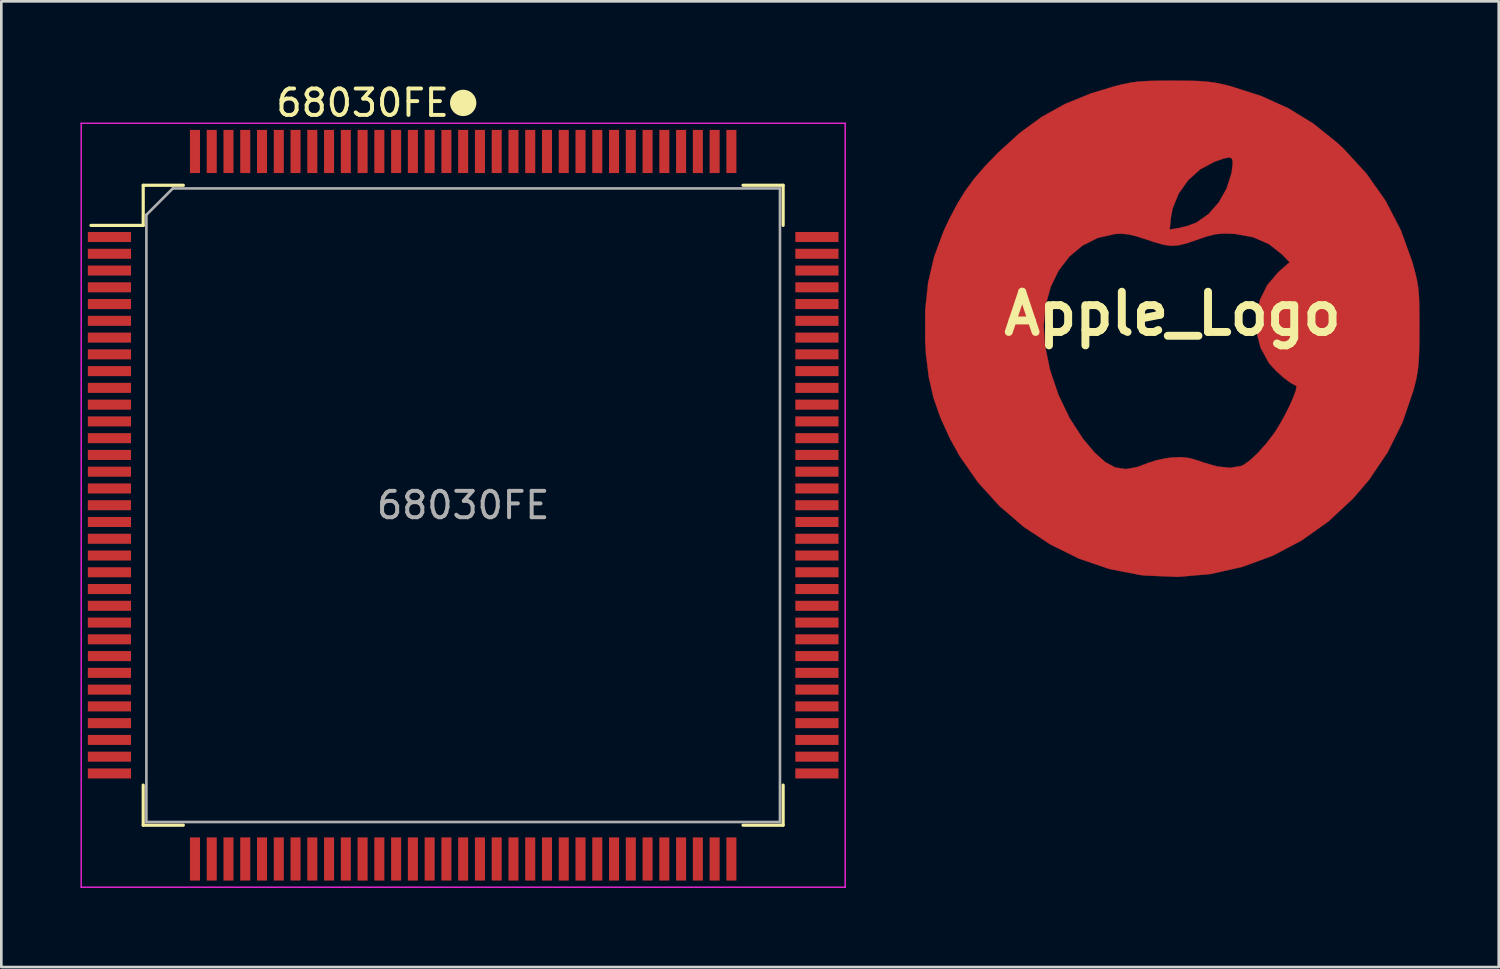
<source format=kicad_pcb>
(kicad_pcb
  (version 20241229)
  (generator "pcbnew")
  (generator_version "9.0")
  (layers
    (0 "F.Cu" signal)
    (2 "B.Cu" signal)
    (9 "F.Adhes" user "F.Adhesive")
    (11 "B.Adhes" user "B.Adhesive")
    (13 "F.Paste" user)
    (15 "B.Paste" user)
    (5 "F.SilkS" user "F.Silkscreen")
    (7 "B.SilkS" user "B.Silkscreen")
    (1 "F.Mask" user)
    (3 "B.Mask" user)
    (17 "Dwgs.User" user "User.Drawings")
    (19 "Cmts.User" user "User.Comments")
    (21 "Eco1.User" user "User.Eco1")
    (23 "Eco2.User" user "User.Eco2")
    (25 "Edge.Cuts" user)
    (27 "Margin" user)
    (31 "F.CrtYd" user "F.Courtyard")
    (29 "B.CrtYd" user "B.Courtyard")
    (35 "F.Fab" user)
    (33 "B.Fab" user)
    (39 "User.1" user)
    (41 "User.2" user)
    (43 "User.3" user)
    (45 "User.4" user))
  (footprint "Apple_Logo"
    (layer "F.Cu")
    (at 41.367 8.835)
    (property "Reference" "Apple_Logo" (at 0 0 0) (layer "F.SilkS") (effects (font (size 1.524 1.524) (thickness 0.3))))
    (attr through_hole)
    (fp_poly (pts (xy 0.554 -8.827) (xy 0.981 -8.816) (xy 1.323 -8.791) (xy 1.624 -8.749) (xy 1.925 -8.687) (xy 2.208 -8.615) (xy 3.357 -8.248) (xy 4.388 -7.782) (xy 5.334 -7.201) (xy 6.223 -6.488) (xy 6.47 -6.259) (xy 7.341 -5.313) (xy 8.067 -4.282) (xy 8.647 -3.164) (xy 9.082 -1.958) (xy 9.12 -1.82) (xy 9.205 -1.5) (xy 9.267 -1.224) (xy 9.308 -0.954) (xy 9.334 -0.653) (xy 9.346 -0.282) (xy 9.35 0.197) (xy 9.35 0.55) (xy 9.347 1.119) (xy 9.336 1.558) (xy 9.316 1.904) (xy 9.282 2.196) (xy 9.23 2.474) (xy 9.157 2.775) (xy 9.123 2.902) (xy 8.709 4.115) (xy 8.146 5.248) (xy 7.439 6.296) (xy 6.826 7.01) (xy 5.899 7.87) (xy 4.885 8.59) (xy 3.795 9.164) (xy 2.643 9.588) (xy 1.442 9.858) (xy 0.203 9.968) (xy -1.06 9.915) (xy -1.228 9.895) (xy -2.404 9.665) (xy -3.539 9.278) (xy -4.619 8.745) (xy -5.628 8.08) (xy -6.549 7.291) (xy -7.367 6.391) (xy -8.066 5.39) (xy -8.424 4.745) (xy -8.79 3.943) (xy -9.056 3.182) (xy -9.234 2.406) (xy -9.339 1.558) (xy -9.372 1.006) (xy -9.371 0.45) (xy -4.882 0.45) (xy -4.836 1.184) (xy -4.642 2.134) (xy -4.324 3.069) (xy -3.902 3.95) (xy -3.392 4.739) (xy -2.958 5.253) (xy -2.556 5.615) (xy -2.173 5.823) (xy -1.775 5.884) (xy -1.327 5.804) (xy -0.931 5.654) (xy -0.632 5.555) (xy -0.26 5.476) (xy 0 5.443) (xy 0.351 5.432) (xy 0.651 5.469) (xy 0.984 5.567) (xy 1.132 5.622) (xy 1.691 5.786) (xy 2.183 5.836) (xy 2.586 5.769) (xy 2.692 5.722) (xy 2.936 5.548) (xy 3.232 5.269) (xy 3.541 4.924) (xy 3.828 4.552) (xy 3.887 4.466) (xy 4.077 4.16) (xy 4.265 3.82) (xy 4.435 3.477) (xy 4.574 3.165) (xy 4.665 2.916) (xy 4.695 2.763) (xy 4.679 2.731) (xy 4.467 2.617) (xy 4.197 2.414) (xy 3.922 2.165) (xy 3.691 1.914) (xy 3.639 1.847) (xy 3.335 1.29) (xy 3.18 0.691) (xy 3.173 0.077) (xy 3.309 -0.524) (xy 3.585 -1.081) (xy 3.997 -1.568) (xy 4.041 -1.608) (xy 4.432 -1.952) (xy 4.143 -2.25) (xy 3.648 -2.64) (xy 3.051 -2.9) (xy 2.365 -3.025) (xy 2.298 -3.029) (xy 1.917 -3.039) (xy 1.611 -3.01) (xy 1.295 -2.93) (xy 1.016 -2.834) (xy 0.581 -2.683) (xy 0.248 -2.596) (xy -0.038 -2.573) (xy -0.332 -2.612) (xy -0.689 -2.713) (xy -0.937 -2.796) (xy -1.354 -2.93) (xy -1.666 -3.006) (xy -1.926 -3.033) (xy -2.177 -3.022) (xy -2.829 -2.875) (xy -3.408 -2.586) (xy -3.906 -2.171) (xy -4.312 -1.644) (xy -4.616 -1.021) (xy -4.81 -0.318) (xy -4.882 0.45) (xy -9.371 0.45) (xy -9.371 -0.134) (xy -9.26 -1.176) (xy -9.032 -2.157) (xy -8.679 -3.114) (xy -8.643 -3.192) (xy -0.109 -3.192) (xy 0.25 -3.249) (xy 0.57 -3.329) (xy 0.886 -3.449) (xy 0.924 -3.467) (xy 1.367 -3.781) (xy 1.75 -4.219) (xy 2.046 -4.742) (xy 2.228 -5.309) (xy 2.259 -5.503) (xy 2.279 -5.744) (xy 2.249 -5.881) (xy 2.144 -5.923) (xy 1.937 -5.881) (xy 1.602 -5.763) (xy 1.572 -5.752) (xy 1.044 -5.469) (xy 0.588 -5.057) (xy 0.231 -4.552) (xy 0.001 -3.988) (xy -0.068 -3.615) (xy -0.109 -3.192) (xy -8.643 -3.192) (xy -8.465 -3.575) (xy -8.161 -4.153) (xy -7.859 -4.647) (xy -7.523 -5.105) (xy -7.12 -5.573) (xy -6.616 -6.095) (xy -6.61 -6.101) (xy -5.792 -6.847) (xy -4.958 -7.456) (xy -4.071 -7.948) (xy -3.091 -8.347) (xy -2.208 -8.615) (xy -1.873 -8.698) (xy -1.575 -8.758) (xy -1.271 -8.796) (xy -0.917 -8.818) (xy -0.473 -8.828) (xy 0 -8.83) (xy 0.554 -8.827)) (stroke (width 0.01) (type solid)) (fill yes) (layer "F.Cu")))
  (footprint "68030FE"
    (layer "F.Cu")
    (at 14.495 16.088)
    (property "Reference" "68030FE" (at -3.81 -15.24 0) (layer "F.SilkS") (effects (font (size 1 1) (thickness 0.15))))
    (attr smd)
    (fp_line (start -14.1 -10.6) (end -12.12 -10.6) (stroke (width 0.12) (type solid)) (layer "F.SilkS"))
    (fp_line (start -12.12 -12.12) (end -12.12 -10.6) (stroke (width 0.12) (type solid)) (layer "F.SilkS"))
    (fp_line (start -12.12 12.12) (end -12.12 10.6) (stroke (width 0.12) (type solid)) (layer "F.SilkS"))
    (fp_line (start -10.6 -12.12) (end -12.12 -12.12) (stroke (width 0.12) (type solid)) (layer "F.SilkS"))
    (fp_line (start -10.6 12.12) (end -12.12 12.12) (stroke (width 0.12) (type solid)) (layer "F.SilkS"))
    (fp_line (start 10.6 -12.12) (end 12.12 -12.12) (stroke (width 0.12) (type solid)) (layer "F.SilkS"))
    (fp_line (start 10.6 12.12) (end 12.12 12.12) (stroke (width 0.12) (type solid)) (layer "F.SilkS"))
    (fp_line (start 12.12 -12.12) (end 12.12 -10.6) (stroke (width 0.12) (type solid)) (layer "F.SilkS"))
    (fp_line (start 12.12 12.12) (end 12.12 10.6) (stroke (width 0.12) (type solid)) (layer "F.SilkS"))
    (fp_circle (center 0 -15.24) (end 0.25 -15.24) (stroke (width 0.5) (type solid)) (fill no) (layer "F.SilkS"))
    (fp_line (start -14.47 -14.47) (end -14.47 14.47) (stroke (width 0.05) (type solid)) (layer "F.CrtYd"))
    (fp_line (start 14.47 -14.47) (end -14.47 -14.47) (stroke (width 0.05) (type solid)) (layer "F.CrtYd"))
    (fp_line (start 14.47 -14.47) (end 14.47 14.47) (stroke (width 0.05) (type solid)) (layer "F.CrtYd"))
    (fp_line (start 14.47 14.47) (end -14.47 14.47) (stroke (width 0.05) (type solid)) (layer "F.CrtYd"))
    (fp_line (start -12 12) (end -12 -11) (stroke (width 0.1) (type solid)) (layer "F.Fab"))
    (fp_line (start -11 -12) (end -12 -11) (stroke (width 0.1) (type solid)) (layer "F.Fab"))
    (fp_line (start -11 -12) (end 12 -12) (stroke (width 0.1) (type solid)) (layer "F.Fab"))
    (fp_line (start 12 -12) (end 12 12) (stroke (width 0.1) (type solid)) (layer "F.Fab"))
    (fp_line (start 12 12) (end -12 12) (stroke (width 0.1) (type solid)) (layer "F.Fab"))
    (fp_text user "${REFERENCE}" (at 0 0 0) (layer "F.Fab") (effects (font (size 1 1) (thickness 0.15))))
    (pad "1" smd rect (at 0 -13.4) (size 0.38 1.635) (layers "F.Cu" "F.Mask" "F.Paste"))
    (pad "2" smd rect (at -0.635 -13.4) (size 0.38 1.635) (layers "F.Cu" "F.Mask" "F.Paste"))
    (pad "3" smd rect (at -1.27 -13.4) (size 0.38 1.635) (layers "F.Cu" "F.Mask" "F.Paste"))
    (pad "4" smd rect (at -1.905 -13.4) (size 0.38 1.635) (layers "F.Cu" "F.Mask" "F.Paste"))
    (pad "5" smd rect (at -2.54 -13.4) (size 0.38 1.635) (layers "F.Cu" "F.Mask" "F.Paste"))
    (pad "6" smd rect (at -3.175 -13.4) (size 0.38 1.635) (layers "F.Cu" "F.Mask" "F.Paste"))
    (pad "7" smd rect (at -3.81 -13.4) (size 0.38 1.635) (layers "F.Cu" "F.Mask" "F.Paste"))
    (pad "8" smd rect (at -4.445 -13.4) (size 0.38 1.635) (layers "F.Cu" "F.Mask" "F.Paste"))
    (pad "9" smd rect (at -5.08 -13.4) (size 0.38 1.635) (layers "F.Cu" "F.Mask" "F.Paste"))
    (pad "10" smd rect (at -5.715 -13.4) (size 0.38 1.635) (layers "F.Cu" "F.Mask" "F.Paste"))
    (pad "11" smd rect (at -6.35 -13.4) (size 0.38 1.635) (layers "F.Cu" "F.Mask" "F.Paste"))
    (pad "12" smd rect (at -6.985 -13.4) (size 0.38 1.635) (layers "F.Cu" "F.Mask" "F.Paste"))
    (pad "13" smd rect (at -7.62 -13.4) (size 0.38 1.635) (layers "F.Cu" "F.Mask" "F.Paste"))
    (pad "14" smd rect (at -8.255 -13.4) (size 0.38 1.635) (layers "F.Cu" "F.Mask" "F.Paste"))
    (pad "15" smd rect (at -8.89 -13.4) (size 0.38 1.635) (layers "F.Cu" "F.Mask" "F.Paste"))
    (pad "16" smd rect (at -9.525 -13.4) (size 0.38 1.635) (layers "F.Cu" "F.Mask" "F.Paste"))
    (pad "17" smd rect (at -10.16 -13.4) (size 0.38 1.635) (layers "F.Cu" "F.Mask" "F.Paste"))
    (pad "18" smd rect (at -13.4 -10.16) (size 1.635 0.38) (layers "F.Cu" "F.Mask" "F.Paste"))
    (pad "19" smd rect (at -13.4 -9.525) (size 1.635 0.38) (layers "F.Cu" "F.Mask" "F.Paste"))
    (pad "20" smd rect (at -13.4 -8.89) (size 1.635 0.38) (layers "F.Cu" "F.Mask" "F.Paste"))
    (pad "21" smd rect (at -13.4 -8.255) (size 1.635 0.38) (layers "F.Cu" "F.Mask" "F.Paste"))
    (pad "22" smd rect (at -13.4 -7.62) (size 1.635 0.38) (layers "F.Cu" "F.Mask" "F.Paste"))
    (pad "23" smd rect (at -13.4 -6.985) (size 1.635 0.38) (layers "F.Cu" "F.Mask" "F.Paste"))
    (pad "24" smd rect (at -13.4 -6.35) (size 1.635 0.38) (layers "F.Cu" "F.Mask" "F.Paste"))
    (pad "25" smd rect (at -13.4 -5.715) (size 1.635 0.38) (layers "F.Cu" "F.Mask" "F.Paste"))
    (pad "26" smd rect (at -13.4 -5.08) (size 1.635 0.38) (layers "F.Cu" "F.Mask" "F.Paste"))
    (pad "27" smd rect (at -13.4 -4.445) (size 1.635 0.38) (layers "F.Cu" "F.Mask" "F.Paste"))
    (pad "28" smd rect (at -13.4 -3.81) (size 1.635 0.38) (layers "F.Cu" "F.Mask" "F.Paste"))
    (pad "29" smd rect (at -13.4 -3.175) (size 1.635 0.38) (layers "F.Cu" "F.Mask" "F.Paste"))
    (pad "30" smd rect (at -13.4 -2.54) (size 1.635 0.38) (layers "F.Cu" "F.Mask" "F.Paste"))
    (pad "31" smd rect (at -13.4 -1.905) (size 1.635 0.38) (layers "F.Cu" "F.Mask" "F.Paste"))
    (pad "32" smd rect (at -13.4 -1.27) (size 1.635 0.38) (layers "F.Cu" "F.Mask" "F.Paste"))
    (pad "33" smd rect (at -13.4 -0.635) (size 1.635 0.38) (layers "F.Cu" "F.Mask" "F.Paste"))
    (pad "34" smd rect (at -13.4 0) (size 1.635 0.38) (layers "F.Cu" "F.Mask" "F.Paste"))
    (pad "35" smd rect (at -13.4 0.635) (size 1.635 0.38) (layers "F.Cu" "F.Mask" "F.Paste"))
    (pad "36" smd rect (at -13.4 1.27) (size 1.635 0.38) (layers "F.Cu" "F.Mask" "F.Paste"))
    (pad "37" smd rect (at -13.4 1.905) (size 1.635 0.38) (layers "F.Cu" "F.Mask" "F.Paste"))
    (pad "38" smd rect (at -13.4 2.54) (size 1.635 0.38) (layers "F.Cu" "F.Mask" "F.Paste"))
    (pad "39" smd rect (at -13.4 3.175) (size 1.635 0.38) (layers "F.Cu" "F.Mask" "F.Paste"))
    (pad "40" smd rect (at -13.4 3.81) (size 1.635 0.38) (layers "F.Cu" "F.Mask" "F.Paste"))
    (pad "41" smd rect (at -13.4 4.445) (size 1.635 0.38) (layers "F.Cu" "F.Mask" "F.Paste"))
    (pad "42" smd rect (at -13.4 5.08) (size 1.635 0.38) (layers "F.Cu" "F.Mask" "F.Paste"))
    (pad "43" smd rect (at -13.4 5.715) (size 1.635 0.38) (layers "F.Cu" "F.Mask" "F.Paste"))
    (pad "44" smd rect (at -13.4 6.35) (size 1.635 0.38) (layers "F.Cu" "F.Mask" "F.Paste"))
    (pad "45" smd rect (at -13.4 6.985) (size 1.635 0.38) (layers "F.Cu" "F.Mask" "F.Paste"))
    (pad "46" smd rect (at -13.4 7.62) (size 1.635 0.38) (layers "F.Cu" "F.Mask" "F.Paste"))
    (pad "47" smd rect (at -13.4 8.255) (size 1.635 0.38) (layers "F.Cu" "F.Mask" "F.Paste"))
    (pad "48" smd rect (at -13.4 8.89) (size 1.635 0.38) (layers "F.Cu" "F.Mask" "F.Paste"))
    (pad "49" smd rect (at -13.4 9.525) (size 1.635 0.38) (layers "F.Cu" "F.Mask" "F.Paste"))
    (pad "50" smd rect (at -13.4 10.16) (size 1.635 0.38) (layers "F.Cu" "F.Mask" "F.Paste"))
    (pad "51" smd rect (at -10.16 13.4) (size 0.38 1.635) (layers "F.Cu" "F.Mask" "F.Paste"))
    (pad "52" smd rect (at -9.525 13.4) (size 0.38 1.635) (layers "F.Cu" "F.Mask" "F.Paste"))
    (pad "53" smd rect (at -8.89 13.4) (size 0.38 1.635) (layers "F.Cu" "F.Mask" "F.Paste"))
    (pad "54" smd rect (at -8.255 13.4) (size 0.38 1.635) (layers "F.Cu" "F.Mask" "F.Paste"))
    (pad "55" smd rect (at -7.62 13.4) (size 0.38 1.635) (layers "F.Cu" "F.Mask" "F.Paste"))
    (pad "56" smd rect (at -6.985 13.4) (size 0.38 1.635) (layers "F.Cu" "F.Mask" "F.Paste"))
    (pad "57" smd rect (at -6.35 13.4) (size 0.38 1.635) (layers "F.Cu" "F.Mask" "F.Paste"))
    (pad "58" smd rect (at -5.715 13.4) (size 0.38 1.635) (layers "F.Cu" "F.Mask" "F.Paste"))
    (pad "59" smd rect (at -5.08 13.4) (size 0.38 1.635) (layers "F.Cu" "F.Mask" "F.Paste"))
    (pad "60" smd rect (at -4.445 13.4) (size 0.38 1.635) (layers "F.Cu" "F.Mask" "F.Paste"))
    (pad "61" smd rect (at -3.81 13.4) (size 0.38 1.635) (layers "F.Cu" "F.Mask" "F.Paste"))
    (pad "62" smd rect (at -3.175 13.4) (size 0.38 1.635) (layers "F.Cu" "F.Mask" "F.Paste"))
    (pad "63" smd rect (at -2.54 13.4) (size 0.38 1.635) (layers "F.Cu" "F.Mask" "F.Paste"))
    (pad "64" smd rect (at -1.905 13.4) (size 0.38 1.635) (layers "F.Cu" "F.Mask" "F.Paste"))
    (pad "65" smd rect (at -1.27 13.4) (size 0.38 1.635) (layers "F.Cu" "F.Mask" "F.Paste"))
    (pad "66" smd rect (at -0.635 13.4) (size 0.38 1.635) (layers "F.Cu" "F.Mask" "F.Paste"))
    (pad "67" smd rect (at 0 13.4) (size 0.38 1.635) (layers "F.Cu" "F.Mask" "F.Paste"))
    (pad "68" smd rect (at 0.635 13.4) (size 0.38 1.635) (layers "F.Cu" "F.Mask" "F.Paste"))
    (pad "69" smd rect (at 1.27 13.4) (size 0.38 1.635) (layers "F.Cu" "F.Mask" "F.Paste"))
    (pad "70" smd rect (at 1.905 13.4) (size 0.38 1.635) (layers "F.Cu" "F.Mask" "F.Paste"))
    (pad "71" smd rect (at 2.54 13.4) (size 0.38 1.635) (layers "F.Cu" "F.Mask" "F.Paste"))
    (pad "72" smd rect (at 3.175 13.4) (size 0.38 1.635) (layers "F.Cu" "F.Mask" "F.Paste"))
    (pad "73" smd rect (at 3.81 13.4) (size 0.38 1.635) (layers "F.Cu" "F.Mask" "F.Paste"))
    (pad "74" smd rect (at 4.445 13.4) (size 0.38 1.635) (layers "F.Cu" "F.Mask" "F.Paste"))
    (pad "75" smd rect (at 5.08 13.4) (size 0.38 1.635) (layers "F.Cu" "F.Mask" "F.Paste"))
    (pad "76" smd rect (at 5.715 13.4) (size 0.38 1.635) (layers "F.Cu" "F.Mask" "F.Paste"))
    (pad "77" smd rect (at 6.35 13.4) (size 0.38 1.635) (layers "F.Cu" "F.Mask" "F.Paste"))
    (pad "78" smd rect (at 6.985 13.4) (size 0.38 1.635) (layers "F.Cu" "F.Mask" "F.Paste"))
    (pad "79" smd rect (at 7.62 13.4) (size 0.38 1.635) (layers "F.Cu" "F.Mask" "F.Paste"))
    (pad "80" smd rect (at 8.255 13.4) (size 0.38 1.635) (layers "F.Cu" "F.Mask" "F.Paste"))
    (pad "81" smd rect (at 8.89 13.4) (size 0.38 1.635) (layers "F.Cu" "F.Mask" "F.Paste"))
    (pad "82" smd rect (at 9.525 13.4) (size 0.38 1.635) (layers "F.Cu" "F.Mask" "F.Paste"))
    (pad "83" smd rect (at 10.16 13.4) (size 0.38 1.635) (layers "F.Cu" "F.Mask" "F.Paste"))
    (pad "84" smd rect (at 13.4 10.16) (size 1.635 0.38) (layers "F.Cu" "F.Mask" "F.Paste"))
    (pad "85" smd rect (at 13.4 9.525) (size 1.635 0.38) (layers "F.Cu" "F.Mask" "F.Paste"))
    (pad "86" smd rect (at 13.4 8.89) (size 1.635 0.38) (layers "F.Cu" "F.Mask" "F.Paste"))
    (pad "87" smd rect (at 13.4 8.255) (size 1.635 0.38) (layers "F.Cu" "F.Mask" "F.Paste"))
    (pad "88" smd rect (at 13.4 7.62) (size 1.635 0.38) (layers "F.Cu" "F.Mask" "F.Paste"))
    (pad "89" smd rect (at 13.4 6.985) (size 1.635 0.38) (layers "F.Cu" "F.Mask" "F.Paste"))
    (pad "90" smd rect (at 13.4 6.35) (size 1.635 0.38) (layers "F.Cu" "F.Mask" "F.Paste"))
    (pad "91" smd rect (at 13.4 5.715) (size 1.635 0.38) (layers "F.Cu" "F.Mask" "F.Paste"))
    (pad "92" smd rect (at 13.4 5.08) (size 1.635 0.38) (layers "F.Cu" "F.Mask" "F.Paste"))
    (pad "93" smd rect (at 13.4 4.445) (size 1.635 0.38) (layers "F.Cu" "F.Mask" "F.Paste"))
    (pad "94" smd rect (at 13.4 3.81) (size 1.635 0.38) (layers "F.Cu" "F.Mask" "F.Paste"))
    (pad "95" smd rect (at 13.4 3.175) (size 1.635 0.38) (layers "F.Cu" "F.Mask" "F.Paste"))
    (pad "96" smd rect (at 13.4 2.54) (size 1.635 0.38) (layers "F.Cu" "F.Mask" "F.Paste"))
    (pad "97" smd rect (at 13.4 1.905) (size 1.635 0.38) (layers "F.Cu" "F.Mask" "F.Paste"))
    (pad "98" smd rect (at 13.4 1.27) (size 1.635 0.38) (layers "F.Cu" "F.Mask" "F.Paste"))
    (pad "99" smd rect (at 13.4 0.635) (size 1.635 0.38) (layers "F.Cu" "F.Mask" "F.Paste"))
    (pad "100" smd rect (at 13.4 0) (size 1.635 0.38) (layers "F.Cu" "F.Mask" "F.Paste"))
    (pad "101" smd rect (at 13.4 -0.635) (size 1.635 0.38) (layers "F.Cu" "F.Mask" "F.Paste"))
    (pad "102" smd rect (at 13.4 -1.27) (size 1.635 0.38) (layers "F.Cu" "F.Mask" "F.Paste"))
    (pad "103" smd rect (at 13.4 -1.905) (size 1.635 0.38) (layers "F.Cu" "F.Mask" "F.Paste"))
    (pad "104" smd rect (at 13.4 -2.54) (size 1.635 0.38) (layers "F.Cu" "F.Mask" "F.Paste"))
    (pad "105" smd rect (at 13.4 -3.175) (size 1.635 0.38) (layers "F.Cu" "F.Mask" "F.Paste"))
    (pad "106" smd rect (at 13.4 -3.81) (size 1.635 0.38) (layers "F.Cu" "F.Mask" "F.Paste"))
    (pad "107" smd rect (at 13.4 -4.445) (size 1.635 0.38) (layers "F.Cu" "F.Mask" "F.Paste"))
    (pad "108" smd rect (at 13.4 -5.08) (size 1.635 0.38) (layers "F.Cu" "F.Mask" "F.Paste"))
    (pad "109" smd rect (at 13.4 -5.715) (size 1.635 0.38) (layers "F.Cu" "F.Mask" "F.Paste"))
    (pad "110" smd rect (at 13.4 -6.35) (size 1.635 0.38) (layers "F.Cu" "F.Mask" "F.Paste"))
    (pad "111" smd rect (at 13.4 -6.985) (size 1.635 0.38) (layers "F.Cu" "F.Mask" "F.Paste"))
    (pad "112" smd rect (at 13.4 -7.62) (size 1.635 0.38) (layers "F.Cu" "F.Mask" "F.Paste"))
    (pad "113" smd rect (at 13.4 -8.255) (size 1.635 0.38) (layers "F.Cu" "F.Mask" "F.Paste"))
    (pad "114" smd rect (at 13.4 -8.89) (size 1.635 0.38) (layers "F.Cu" "F.Mask" "F.Paste"))
    (pad "115" smd rect (at 13.4 -9.525) (size 1.635 0.38) (layers "F.Cu" "F.Mask" "F.Paste"))
    (pad "116" smd rect (at 13.4 -10.16) (size 1.635 0.38) (layers "F.Cu" "F.Mask" "F.Paste"))
    (pad "117" smd rect (at 10.16 -13.4) (size 0.38 1.635) (layers "F.Cu" "F.Mask" "F.Paste"))
    (pad "118" smd rect (at 9.525 -13.4) (size 0.38 1.635) (layers "F.Cu" "F.Mask" "F.Paste"))
    (pad "119" smd rect (at 8.89 -13.4) (size 0.38 1.635) (layers "F.Cu" "F.Mask" "F.Paste"))
    (pad "120" smd rect (at 8.255 -13.4) (size 0.38 1.635) (layers "F.Cu" "F.Mask" "F.Paste"))
    (pad "121" smd rect (at 7.62 -13.4) (size 0.38 1.635) (layers "F.Cu" "F.Mask" "F.Paste"))
    (pad "122" smd rect (at 6.985 -13.4) (size 0.38 1.635) (layers "F.Cu" "F.Mask" "F.Paste"))
    (pad "123" smd rect (at 6.35 -13.4) (size 0.38 1.635) (layers "F.Cu" "F.Mask" "F.Paste"))
    (pad "124" smd rect (at 5.715 -13.4) (size 0.38 1.635) (layers "F.Cu" "F.Mask" "F.Paste"))
    (pad "125" smd rect (at 5.08 -13.4) (size 0.38 1.635) (layers "F.Cu" "F.Mask" "F.Paste"))
    (pad "126" smd rect (at 4.445 -13.4) (size 0.38 1.635) (layers "F.Cu" "F.Mask" "F.Paste"))
    (pad "127" smd rect (at 3.81 -13.4) (size 0.38 1.635) (layers "F.Cu" "F.Mask" "F.Paste"))
    (pad "128" smd rect (at 3.175 -13.4) (size 0.38 1.635) (layers "F.Cu" "F.Mask" "F.Paste"))
    (pad "129" smd rect (at 2.54 -13.4) (size 0.38 1.635) (layers "F.Cu" "F.Mask" "F.Paste"))
    (pad "130" smd rect (at 1.905 -13.4) (size 0.38 1.635) (layers "F.Cu" "F.Mask" "F.Paste"))
    (pad "131" smd rect (at 1.27 -13.4) (size 0.38 1.635) (layers "F.Cu" "F.Mask" "F.Paste"))
    (pad "132" smd rect (at 0.635 -13.4) (size 0.38 1.635) (layers "F.Cu" "F.Mask" "F.Paste")))
  (gr_rect
    (start -3 -3)
    (end 53.722 33.583)
    (stroke (width 0.1) (type default))
    (fill no)
    (layer "Edge.Cuts")))
</source>
